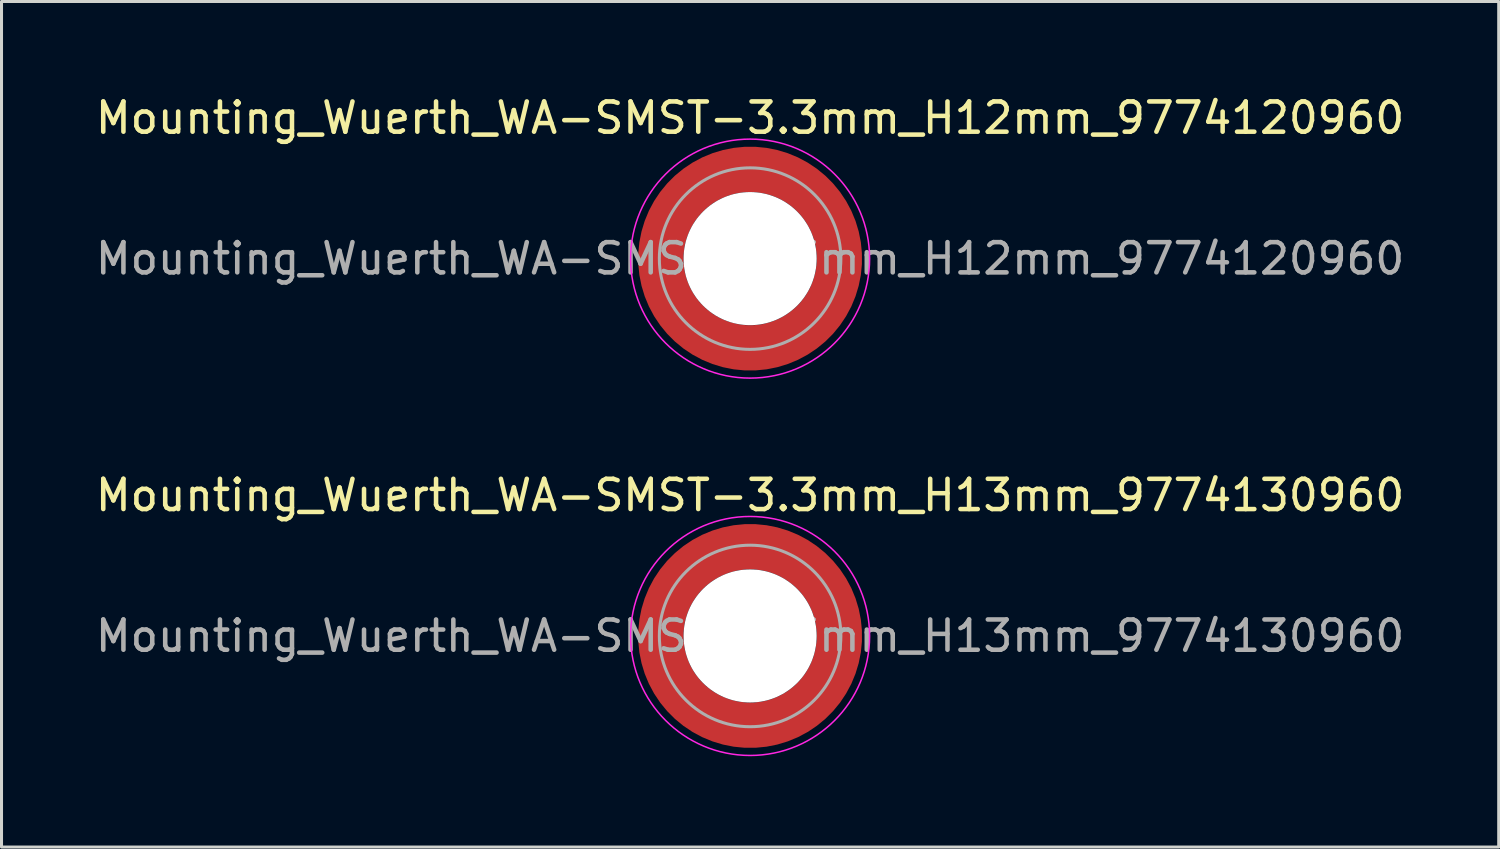
<source format=kicad_pcb>
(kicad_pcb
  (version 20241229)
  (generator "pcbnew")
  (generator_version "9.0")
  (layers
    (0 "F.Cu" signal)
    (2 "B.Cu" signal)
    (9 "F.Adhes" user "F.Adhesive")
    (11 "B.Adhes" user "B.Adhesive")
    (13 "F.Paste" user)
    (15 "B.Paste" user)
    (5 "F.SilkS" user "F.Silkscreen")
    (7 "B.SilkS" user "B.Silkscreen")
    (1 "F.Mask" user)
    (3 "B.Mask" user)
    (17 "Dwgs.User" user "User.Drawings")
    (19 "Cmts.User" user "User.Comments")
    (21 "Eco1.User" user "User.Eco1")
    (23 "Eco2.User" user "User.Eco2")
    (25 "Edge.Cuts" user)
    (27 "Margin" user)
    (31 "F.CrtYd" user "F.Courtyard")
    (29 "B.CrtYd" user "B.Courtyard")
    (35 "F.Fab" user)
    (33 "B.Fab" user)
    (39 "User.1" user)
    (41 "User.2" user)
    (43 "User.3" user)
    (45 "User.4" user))
  (footprint "Mounting_Wuerth_WA-SMST-3.3mm_H12mm_9774120960"
    (layer "F.Cu")
    (at 21.744 5.498)
    (property "Reference" "Mounting_Wuerth_WA-SMST-3.3mm_H12mm_9774120960" (at 0 -4.65 0) (layer "F.SilkS") (effects (font (size 1 1) (thickness 0.15))))
    (attr smd)
    (fp_circle (center 0 0) (end 3.95 0) (stroke (width 0.05) (type solid)) (fill no) (layer "F.CrtYd"))
    (fp_circle (center 0 0) (end 3 0) (stroke (width 0.1) (type solid)) (fill no) (layer "F.Fab"))
    (fp_text user "${REFERENCE}" (at 0 0 0) (layer "F.Fab") (effects (font (size 1 1) (thickness 0.15))))
    (pad "" smd custom (at -2.058 -2.058) (size 0.7 0.7) (layers "F.Paste") (options (anchor circle)) (primitives (gr_arc (start -0.377294 1.707681) (mid 0.318198 0.318198) (end 1.707681 -0.377294) (width 0.2)) (gr_arc (start -0.478281 1.707681) (mid 0.247487 0.247487) (end 1.707681 -0.478281) (width 0.2)) (gr_arc (start -0.579192 1.707681) (mid 0.176777 0.176777) (end 1.707681 -0.579192) (width 0.2)) (gr_arc (start -0.680037 1.707681) (mid 0.106066 0.106066) (end 1.707681 -0.680037) (width 0.2)) (gr_arc (start -0.780822 1.707681) (mid 0.035356 0.035356) (end 1.707681 -0.780822) (width 0.2)) (gr_arc (start -0.881554 1.707681) (mid -0.035355 -0.035355) (end 1.707681 -0.881554) (width 0.2)) (gr_arc (start -0.982237 1.707681) (mid -0.106066 -0.106066) (end 1.707681 -0.982237) (width 0.2)) (gr_arc (start -1.082877 1.707681) (mid -0.176777 -0.176777) (end 1.707681 -1.082877) (width 0.2)) (gr_arc (start -1.183476 1.707681) (mid -0.247487 -0.247487) (end 1.707681 -1.183476) (width 0.2)) (gr_arc (start -1.28404 1.707681) (mid -0.318198 -0.318198) (end 1.707681 -1.28404) (width 0.2)) (gr_line (start 1.708 -0.377) (end 1.708 -1.284) (width 0.2)) (gr_line (start -0.377 1.708) (end -1.284 1.708) (width 0.2))))
    (pad "" smd custom (at -2.058 2.058) (size 0.7 0.7) (layers "F.Paste") (options (anchor circle)) (primitives (gr_arc (start 1.707681 0.377294) (mid 0.318198 -0.318198) (end -0.377294 -1.707681) (width 0.2)) (gr_arc (start 1.707681 0.478281) (mid 0.247487 -0.247487) (end -0.478281 -1.707681) (width 0.2)) (gr_arc (start 1.707681 0.579192) (mid 0.176777 -0.176777) (end -0.579192 -1.707681) (width 0.2)) (gr_arc (start 1.707681 0.680037) (mid 0.106066 -0.106066) (end -0.680037 -1.707681) (width 0.2)) (gr_arc (start 1.707681 0.780822) (mid 0.035356 -0.035356) (end -0.780822 -1.707681) (width 0.2)) (gr_arc (start 1.707681 0.881554) (mid -0.035355 0.035355) (end -0.881554 -1.707681) (width 0.2)) (gr_arc (start 1.707681 0.982237) (mid -0.106066 0.106066) (end -0.982237 -1.707681) (width 0.2)) (gr_arc (start 1.707681 1.082877) (mid -0.176777 0.176777) (end -1.082877 -1.707681) (width 0.2)) (gr_arc (start 1.707681 1.183476) (mid -0.247487 0.247487) (end -1.183476 -1.707681) (width 0.2)) (gr_arc (start 1.707681 1.28404) (mid -0.318198 0.318198) (end -1.28404 -1.707681) (width 0.2)) (gr_line (start -0.377 -1.708) (end -1.284 -1.708) (width 0.2)) (gr_line (start 1.708 0.377) (end 1.708 1.284) (width 0.2))))
    (pad "" np_thru_hole circle (at 0 0) (size 4.4 4.4) (drill 4.4) (layers "*.Cu" "*.Mask"))
    (pad "" smd custom (at 2.058 -2.058) (size 0.7 0.7) (layers "F.Paste") (options (anchor circle)) (primitives (gr_arc (start -1.707681 -0.377294) (mid -0.318198 0.318198) (end 0.377294 1.707681) (width 0.2)) (gr_arc (start -1.707681 -0.478281) (mid -0.247487 0.247487) (end 0.478281 1.707681) (width 0.2)) (gr_arc (start -1.707681 -0.579192) (mid -0.176777 0.176777) (end 0.579192 1.707681) (width 0.2)) (gr_arc (start -1.707681 -0.680037) (mid -0.106066 0.106066) (end 0.680037 1.707681) (width 0.2)) (gr_arc (start -1.707681 -0.780822) (mid -0.035356 0.035356) (end 0.780822 1.707681) (width 0.2)) (gr_arc (start -1.707681 -0.881554) (mid 0.035355 -0.035355) (end 0.881554 1.707681) (width 0.2)) (gr_arc (start -1.707681 -0.982237) (mid 0.106066 -0.106066) (end 0.982237 1.707681) (width 0.2)) (gr_arc (start -1.707681 -1.082877) (mid 0.176777 -0.176777) (end 1.082877 1.707681) (width 0.2)) (gr_arc (start -1.707681 -1.183476) (mid 0.247487 -0.247487) (end 1.183476 1.707681) (width 0.2)) (gr_arc (start -1.707681 -1.28404) (mid 0.318198 -0.318198) (end 1.28404 1.707681) (width 0.2)) (gr_line (start 0.377 1.708) (end 1.284 1.708) (width 0.2)) (gr_line (start -1.708 -0.377) (end -1.708 -1.284) (width 0.2))))
    (pad "" smd custom (at 2.058 2.058) (size 0.7 0.7) (layers "F.Paste") (options (anchor circle)) (primitives (gr_arc (start 0.377294 -1.707681) (mid -0.318198 -0.318198) (end -1.707681 0.377294) (width 0.2)) (gr_arc (start 0.478281 -1.707681) (mid -0.247487 -0.247487) (end -1.707681 0.478281) (width 0.2)) (gr_arc (start 0.579192 -1.707681) (mid -0.176777 -0.176777) (end -1.707681 0.579192) (width 0.2)) (gr_arc (start 0.680037 -1.707681) (mid -0.106066 -0.106066) (end -1.707681 0.680037) (width 0.2)) (gr_arc (start 0.780822 -1.707681) (mid -0.035356 -0.035356) (end -1.707681 0.780822) (width 0.2)) (gr_arc (start 0.881554 -1.707681) (mid 0.035355 0.035355) (end -1.707681 0.881554) (width 0.2)) (gr_arc (start 0.982237 -1.707681) (mid 0.106066 0.106066) (end -1.707681 0.982237) (width 0.2)) (gr_arc (start 1.082877 -1.707681) (mid 0.176777 0.176777) (end -1.707681 1.082877) (width 0.2)) (gr_arc (start 1.183476 -1.707681) (mid 0.247487 0.247487) (end -1.707681 1.183476) (width 0.2)) (gr_arc (start 1.28404 -1.707681) (mid 0.318198 0.318198) (end -1.707681 1.28404) (width 0.2)) (gr_line (start -1.708 0.377) (end -1.708 1.284) (width 0.2)) (gr_line (start 0.377 -1.708) (end 1.284 -1.708) (width 0.2))))
    (pad "1" smd circle (at -2.95 0) (size 1.1 1.1) (layers "F.Cu"))
    (pad "1" smd circle (at 0 -2.95) (size 1.1 1.1) (layers "F.Cu"))
    (pad "1" smd circle (at 0 2.95) (size 1.1 1.1) (layers "F.Cu"))
    (pad "1" smd custom (at 2.95 0) (size 1.1 1.1) (layers "F.Cu" "F.Mask") (options (anchor circle)) (primitives (gr_circle (center -2.95 0) (end 0 0) (width 1.5) (fill no)))))
  (footprint "Mounting_Wuerth_WA-SMST-3.3mm_H13mm_9774130960"
    (layer "F.Cu")
    (at 21.744 17.971)
    (property "Reference" "Mounting_Wuerth_WA-SMST-3.3mm_H13mm_9774130960" (at 0 -4.65 0) (layer "F.SilkS") (effects (font (size 1 1) (thickness 0.15))))
    (attr smd)
    (fp_circle (center 0 0) (end 3.95 0) (stroke (width 0.05) (type solid)) (fill no) (layer "F.CrtYd"))
    (fp_circle (center 0 0) (end 3 0) (stroke (width 0.1) (type solid)) (fill no) (layer "F.Fab"))
    (fp_text user "${REFERENCE}" (at 0 0 0) (layer "F.Fab") (effects (font (size 1 1) (thickness 0.15))))
    (pad "" smd custom (at -2.058 -2.058) (size 0.7 0.7) (layers "F.Paste") (options (anchor circle)) (primitives (gr_arc (start -0.377294 1.707681) (mid 0.318198 0.318198) (end 1.707681 -0.377294) (width 0.2)) (gr_arc (start -0.478281 1.707681) (mid 0.247487 0.247487) (end 1.707681 -0.478281) (width 0.2)) (gr_arc (start -0.579192 1.707681) (mid 0.176777 0.176777) (end 1.707681 -0.579192) (width 0.2)) (gr_arc (start -0.680037 1.707681) (mid 0.106066 0.106066) (end 1.707681 -0.680037) (width 0.2)) (gr_arc (start -0.780822 1.707681) (mid 0.035356 0.035356) (end 1.707681 -0.780822) (width 0.2)) (gr_arc (start -0.881554 1.707681) (mid -0.035355 -0.035355) (end 1.707681 -0.881554) (width 0.2)) (gr_arc (start -0.982237 1.707681) (mid -0.106066 -0.106066) (end 1.707681 -0.982237) (width 0.2)) (gr_arc (start -1.082877 1.707681) (mid -0.176777 -0.176777) (end 1.707681 -1.082877) (width 0.2)) (gr_arc (start -1.183476 1.707681) (mid -0.247487 -0.247487) (end 1.707681 -1.183476) (width 0.2)) (gr_arc (start -1.28404 1.707681) (mid -0.318198 -0.318198) (end 1.707681 -1.28404) (width 0.2)) (gr_line (start 1.708 -0.377) (end 1.708 -1.284) (width 0.2)) (gr_line (start -0.377 1.708) (end -1.284 1.708) (width 0.2))))
    (pad "" smd custom (at -2.058 2.058) (size 0.7 0.7) (layers "F.Paste") (options (anchor circle)) (primitives (gr_arc (start 1.707681 0.377294) (mid 0.318198 -0.318198) (end -0.377294 -1.707681) (width 0.2)) (gr_arc (start 1.707681 0.478281) (mid 0.247487 -0.247487) (end -0.478281 -1.707681) (width 0.2)) (gr_arc (start 1.707681 0.579192) (mid 0.176777 -0.176777) (end -0.579192 -1.707681) (width 0.2)) (gr_arc (start 1.707681 0.680037) (mid 0.106066 -0.106066) (end -0.680037 -1.707681) (width 0.2)) (gr_arc (start 1.707681 0.780822) (mid 0.035356 -0.035356) (end -0.780822 -1.707681) (width 0.2)) (gr_arc (start 1.707681 0.881554) (mid -0.035355 0.035355) (end -0.881554 -1.707681) (width 0.2)) (gr_arc (start 1.707681 0.982237) (mid -0.106066 0.106066) (end -0.982237 -1.707681) (width 0.2)) (gr_arc (start 1.707681 1.082877) (mid -0.176777 0.176777) (end -1.082877 -1.707681) (width 0.2)) (gr_arc (start 1.707681 1.183476) (mid -0.247487 0.247487) (end -1.183476 -1.707681) (width 0.2)) (gr_arc (start 1.707681 1.28404) (mid -0.318198 0.318198) (end -1.28404 -1.707681) (width 0.2)) (gr_line (start -0.377 -1.708) (end -1.284 -1.708) (width 0.2)) (gr_line (start 1.708 0.377) (end 1.708 1.284) (width 0.2))))
    (pad "" np_thru_hole circle (at 0 0) (size 4.4 4.4) (drill 4.4) (layers "*.Cu" "*.Mask"))
    (pad "" smd custom (at 2.058 -2.058) (size 0.7 0.7) (layers "F.Paste") (options (anchor circle)) (primitives (gr_arc (start -1.707681 -0.377294) (mid -0.318198 0.318198) (end 0.377294 1.707681) (width 0.2)) (gr_arc (start -1.707681 -0.478281) (mid -0.247487 0.247487) (end 0.478281 1.707681) (width 0.2)) (gr_arc (start -1.707681 -0.579192) (mid -0.176777 0.176777) (end 0.579192 1.707681) (width 0.2)) (gr_arc (start -1.707681 -0.680037) (mid -0.106066 0.106066) (end 0.680037 1.707681) (width 0.2)) (gr_arc (start -1.707681 -0.780822) (mid -0.035356 0.035356) (end 0.780822 1.707681) (width 0.2)) (gr_arc (start -1.707681 -0.881554) (mid 0.035355 -0.035355) (end 0.881554 1.707681) (width 0.2)) (gr_arc (start -1.707681 -0.982237) (mid 0.106066 -0.106066) (end 0.982237 1.707681) (width 0.2)) (gr_arc (start -1.707681 -1.082877) (mid 0.176777 -0.176777) (end 1.082877 1.707681) (width 0.2)) (gr_arc (start -1.707681 -1.183476) (mid 0.247487 -0.247487) (end 1.183476 1.707681) (width 0.2)) (gr_arc (start -1.707681 -1.28404) (mid 0.318198 -0.318198) (end 1.28404 1.707681) (width 0.2)) (gr_line (start 0.377 1.708) (end 1.284 1.708) (width 0.2)) (gr_line (start -1.708 -0.377) (end -1.708 -1.284) (width 0.2))))
    (pad "" smd custom (at 2.058 2.058) (size 0.7 0.7) (layers "F.Paste") (options (anchor circle)) (primitives (gr_arc (start 0.377294 -1.707681) (mid -0.318198 -0.318198) (end -1.707681 0.377294) (width 0.2)) (gr_arc (start 0.478281 -1.707681) (mid -0.247487 -0.247487) (end -1.707681 0.478281) (width 0.2)) (gr_arc (start 0.579192 -1.707681) (mid -0.176777 -0.176777) (end -1.707681 0.579192) (width 0.2)) (gr_arc (start 0.680037 -1.707681) (mid -0.106066 -0.106066) (end -1.707681 0.680037) (width 0.2)) (gr_arc (start 0.780822 -1.707681) (mid -0.035356 -0.035356) (end -1.707681 0.780822) (width 0.2)) (gr_arc (start 0.881554 -1.707681) (mid 0.035355 0.035355) (end -1.707681 0.881554) (width 0.2)) (gr_arc (start 0.982237 -1.707681) (mid 0.106066 0.106066) (end -1.707681 0.982237) (width 0.2)) (gr_arc (start 1.082877 -1.707681) (mid 0.176777 0.176777) (end -1.707681 1.082877) (width 0.2)) (gr_arc (start 1.183476 -1.707681) (mid 0.247487 0.247487) (end -1.707681 1.183476) (width 0.2)) (gr_arc (start 1.28404 -1.707681) (mid 0.318198 0.318198) (end -1.707681 1.28404) (width 0.2)) (gr_line (start -1.708 0.377) (end -1.708 1.284) (width 0.2)) (gr_line (start 0.377 -1.708) (end 1.284 -1.708) (width 0.2))))
    (pad "1" smd circle (at -2.95 0) (size 1.1 1.1) (layers "F.Cu"))
    (pad "1" smd circle (at 0 -2.95) (size 1.1 1.1) (layers "F.Cu"))
    (pad "1" smd circle (at 0 2.95) (size 1.1 1.1) (layers "F.Cu"))
    (pad "1" smd custom (at 2.95 0) (size 1.1 1.1) (layers "F.Cu" "F.Mask") (options (anchor circle)) (primitives (gr_circle (center -2.95 0) (end 0 0) (width 1.5) (fill no)))))
  (gr_rect
    (start -3 -3)
    (end 46.488 24.947)
    (stroke (width 0.1) (type default))
    (fill no)
    (layer "Edge.Cuts")))
</source>
